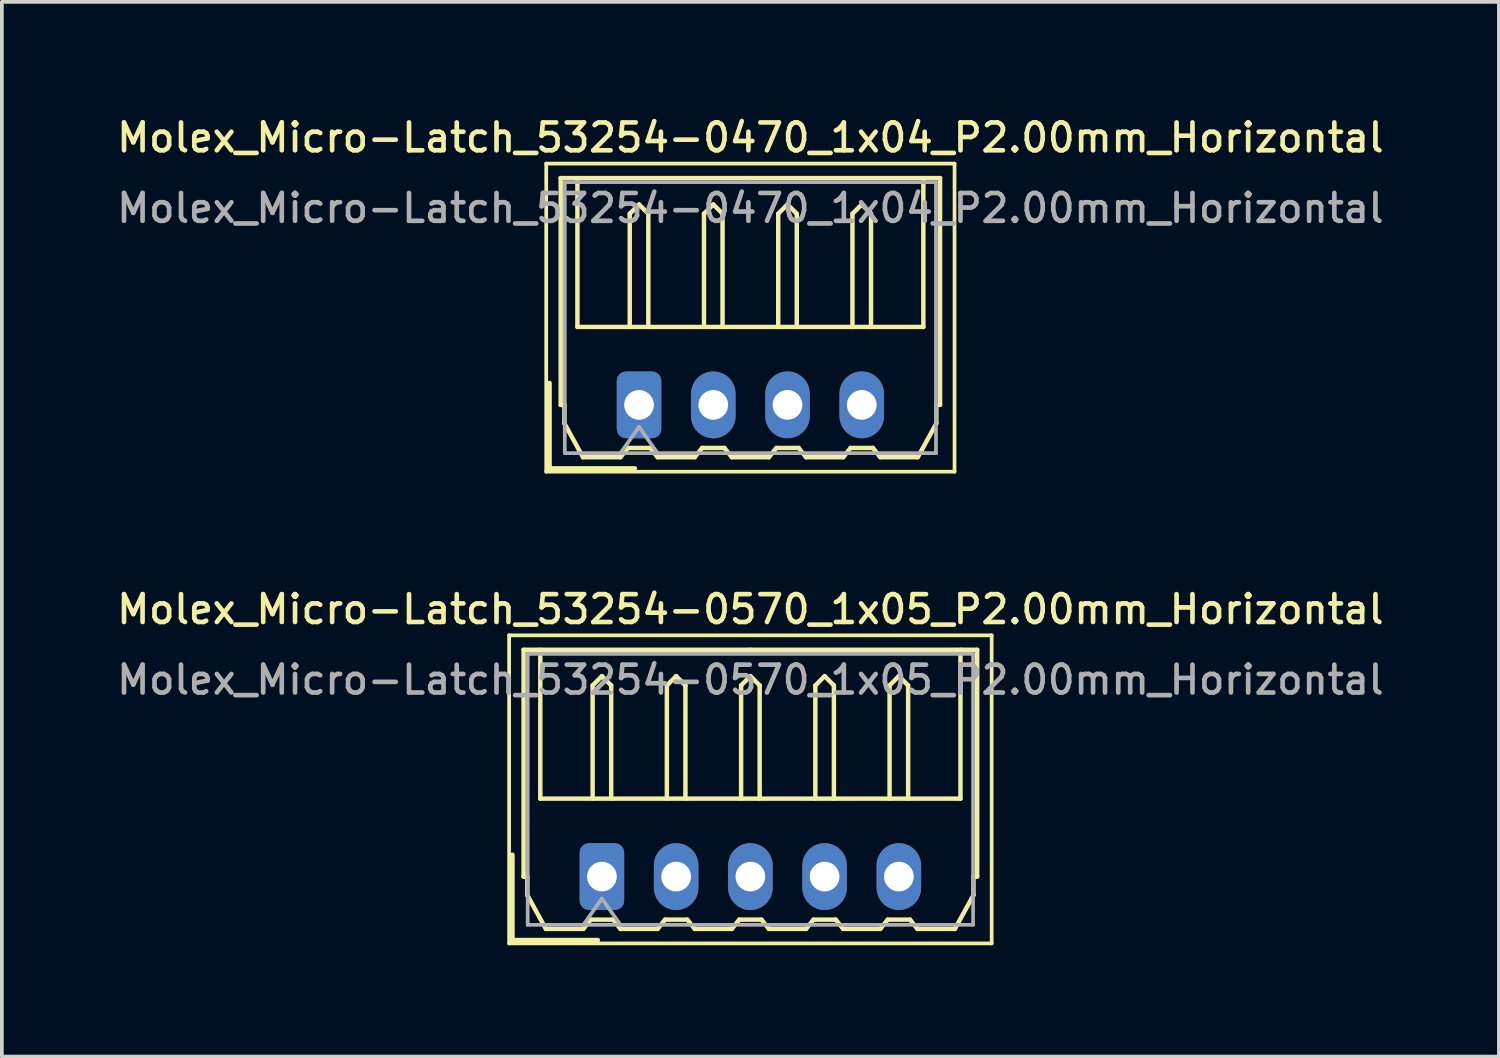
<source format=kicad_pcb>
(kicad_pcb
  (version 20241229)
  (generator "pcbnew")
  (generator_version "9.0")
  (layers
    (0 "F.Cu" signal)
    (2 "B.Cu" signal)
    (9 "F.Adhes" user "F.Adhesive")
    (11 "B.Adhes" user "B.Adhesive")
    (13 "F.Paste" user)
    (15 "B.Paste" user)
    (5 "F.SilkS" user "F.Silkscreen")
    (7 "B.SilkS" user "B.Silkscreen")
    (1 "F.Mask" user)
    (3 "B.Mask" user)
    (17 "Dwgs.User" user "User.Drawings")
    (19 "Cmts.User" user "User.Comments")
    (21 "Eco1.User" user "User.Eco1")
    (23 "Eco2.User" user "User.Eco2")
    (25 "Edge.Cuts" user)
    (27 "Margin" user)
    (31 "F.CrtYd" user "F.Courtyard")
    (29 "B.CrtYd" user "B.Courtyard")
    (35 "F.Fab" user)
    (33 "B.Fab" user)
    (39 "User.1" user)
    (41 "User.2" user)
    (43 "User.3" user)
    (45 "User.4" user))
  (footprint "Molex_Micro-Latch_53254-0570_1x05_P2.00mm_Horizontal"
    (layer "F.Cu")
    (at 13.166 20.566)
    (property "Reference" "Molex_Micro-Latch_53254-0570_1x05_P2.00mm_Horizontal" (at 4 -7.2 0) (layer "F.SilkS") (effects (font (size 0.75 0.75) (thickness 0.125))))
    (attr through_hole)
    (fp_line (start -2.5 -6.5) (end -2.5 1.8) (stroke (width 0.1) (type solid)) (layer "F.SilkS"))
    (fp_line (start -2.5 1.8) (end 10.5 1.8) (stroke (width 0.1) (type solid)) (layer "F.SilkS"))
    (fp_line (start -2.41 1.71) (end -2.41 -0.59) (stroke (width 0.12) (type solid)) (layer "F.SilkS"))
    (fp_line (start -2.11 -6.11) (end 4 -6.11) (stroke (width 0.12) (type solid)) (layer "F.SilkS"))
    (fp_line (start -2.11 0) (end -2.11 -6.11) (stroke (width 0.12) (type solid)) (layer "F.SilkS"))
    (fp_line (start -2.01 0) (end -2.11 0) (stroke (width 0.12) (type solid)) (layer "F.SilkS"))
    (fp_line (start -2.01 0.5) (end -2.01 0) (stroke (width 0.12) (type solid)) (layer "F.SilkS"))
    (fp_line (start -1.66 -6.11) (end -1.66 -2.1) (stroke (width 0.12) (type solid)) (layer "F.SilkS"))
    (fp_line (start -1.66 -2.1) (end 9.66 -2.1) (stroke (width 0.12) (type solid)) (layer "F.SilkS"))
    (fp_line (start -1.51 1.41) (end -2.01 0.5) (stroke (width 0.12) (type solid)) (layer "F.SilkS"))
    (fp_line (start -0.5 1.41) (end -1.51 1.41) (stroke (width 0.12) (type solid)) (layer "F.SilkS"))
    (fp_line (start -0.3 1.16) (end -0.5 1.41) (stroke (width 0.12) (type solid)) (layer "F.SilkS"))
    (fp_line (start -0.3 1.16) (end 0.3 1.16) (stroke (width 0.12) (type solid)) (layer "F.SilkS"))
    (fp_line (start -0.25 -5.15) (end 0 -5.4) (stroke (width 0.12) (type solid)) (layer "F.SilkS"))
    (fp_line (start -0.25 -2.1) (end -0.25 -5.15) (stroke (width 0.12) (type solid)) (layer "F.SilkS"))
    (fp_line (start -0.11 1.71) (end -2.41 1.71) (stroke (width 0.12) (type solid)) (layer "F.SilkS"))
    (fp_line (start 0 -5.4) (end 0.25 -5.15) (stroke (width 0.12) (type solid)) (layer "F.SilkS"))
    (fp_line (start 0.25 -5.15) (end 0.25 -2.1) (stroke (width 0.12) (type solid)) (layer "F.SilkS"))
    (fp_line (start 0.3 1.16) (end 0.5 1.41) (stroke (width 0.12) (type solid)) (layer "F.SilkS"))
    (fp_line (start 0.5 1.41) (end 1.5 1.41) (stroke (width 0.12) (type solid)) (layer "F.SilkS"))
    (fp_line (start 1.5 1.41) (end 1.7 1.16) (stroke (width 0.12) (type solid)) (layer "F.SilkS"))
    (fp_line (start 1.7 1.16) (end 2.3 1.16) (stroke (width 0.12) (type solid)) (layer "F.SilkS"))
    (fp_line (start 1.75 -5.15) (end 2 -5.4) (stroke (width 0.12) (type solid)) (layer "F.SilkS"))
    (fp_line (start 1.75 -2.1) (end 1.75 -5.15) (stroke (width 0.12) (type solid)) (layer "F.SilkS"))
    (fp_line (start 2 -5.4) (end 2.25 -5.15) (stroke (width 0.12) (type solid)) (layer "F.SilkS"))
    (fp_line (start 2.25 -5.15) (end 2.25 -2.1) (stroke (width 0.12) (type solid)) (layer "F.SilkS"))
    (fp_line (start 2.3 1.16) (end 2.5 1.41) (stroke (width 0.12) (type solid)) (layer "F.SilkS"))
    (fp_line (start 2.5 1.41) (end 3.5 1.41) (stroke (width 0.12) (type solid)) (layer "F.SilkS"))
    (fp_line (start 3.5 1.41) (end 3.7 1.16) (stroke (width 0.12) (type solid)) (layer "F.SilkS"))
    (fp_line (start 3.7 1.16) (end 4.3 1.16) (stroke (width 0.12) (type solid)) (layer "F.SilkS"))
    (fp_line (start 3.75 -5.15) (end 4 -5.4) (stroke (width 0.12) (type solid)) (layer "F.SilkS"))
    (fp_line (start 3.75 -2.1) (end 3.75 -5.15) (stroke (width 0.12) (type solid)) (layer "F.SilkS"))
    (fp_line (start 4 -5.4) (end 4.25 -5.15) (stroke (width 0.12) (type solid)) (layer "F.SilkS"))
    (fp_line (start 4.25 -5.15) (end 4.25 -2.1) (stroke (width 0.12) (type solid)) (layer "F.SilkS"))
    (fp_line (start 4.3 1.16) (end 4.5 1.41) (stroke (width 0.12) (type solid)) (layer "F.SilkS"))
    (fp_line (start 4.5 1.41) (end 5.5 1.41) (stroke (width 0.12) (type solid)) (layer "F.SilkS"))
    (fp_line (start 5.5 1.41) (end 5.7 1.16) (stroke (width 0.12) (type solid)) (layer "F.SilkS"))
    (fp_line (start 5.7 1.16) (end 6.3 1.16) (stroke (width 0.12) (type solid)) (layer "F.SilkS"))
    (fp_line (start 5.75 -5.15) (end 6 -5.4) (stroke (width 0.12) (type solid)) (layer "F.SilkS"))
    (fp_line (start 5.75 -2.1) (end 5.75 -5.15) (stroke (width 0.12) (type solid)) (layer "F.SilkS"))
    (fp_line (start 6 -5.4) (end 6.25 -5.15) (stroke (width 0.12) (type solid)) (layer "F.SilkS"))
    (fp_line (start 6.25 -5.15) (end 6.25 -2.1) (stroke (width 0.12) (type solid)) (layer "F.SilkS"))
    (fp_line (start 6.3 1.16) (end 6.5 1.41) (stroke (width 0.12) (type solid)) (layer "F.SilkS"))
    (fp_line (start 6.5 1.41) (end 7.5 1.41) (stroke (width 0.12) (type solid)) (layer "F.SilkS"))
    (fp_line (start 7.5 1.41) (end 7.7 1.16) (stroke (width 0.12) (type solid)) (layer "F.SilkS"))
    (fp_line (start 7.7 1.16) (end 8.3 1.16) (stroke (width 0.12) (type solid)) (layer "F.SilkS"))
    (fp_line (start 7.75 -5.15) (end 8 -5.4) (stroke (width 0.12) (type solid)) (layer "F.SilkS"))
    (fp_line (start 7.75 -2.1) (end 7.75 -5.15) (stroke (width 0.12) (type solid)) (layer "F.SilkS"))
    (fp_line (start 8 -5.4) (end 8.25 -5.15) (stroke (width 0.12) (type solid)) (layer "F.SilkS"))
    (fp_line (start 8.25 -5.15) (end 8.25 -2.1) (stroke (width 0.12) (type solid)) (layer "F.SilkS"))
    (fp_line (start 8.3 1.16) (end 8.5 1.41) (stroke (width 0.12) (type solid)) (layer "F.SilkS"))
    (fp_line (start 8.5 1.41) (end 9.51 1.41) (stroke (width 0.12) (type solid)) (layer "F.SilkS"))
    (fp_line (start 9.51 1.41) (end 10.01 0.5) (stroke (width 0.12) (type solid)) (layer "F.SilkS"))
    (fp_line (start 9.66 -2.1) (end 9.66 -6.11) (stroke (width 0.12) (type solid)) (layer "F.SilkS"))
    (fp_line (start 10.01 0) (end 10.11 0) (stroke (width 0.12) (type solid)) (layer "F.SilkS"))
    (fp_line (start 10.01 0.5) (end 10.01 0) (stroke (width 0.12) (type solid)) (layer "F.SilkS"))
    (fp_line (start 10.11 -6.11) (end 4 -6.11) (stroke (width 0.12) (type solid)) (layer "F.SilkS"))
    (fp_line (start 10.11 0) (end 10.11 -6.11) (stroke (width 0.12) (type solid)) (layer "F.SilkS"))
    (fp_line (start 10.5 -6.5) (end -2.5 -6.5) (stroke (width 0.1) (type solid)) (layer "F.SilkS"))
    (fp_line (start 10.5 1.8) (end 10.5 -6.5) (stroke (width 0.1) (type solid)) (layer "F.SilkS"))
    (fp_line (start -2 -6) (end -2 1.3) (stroke (width 0.1) (type solid)) (layer "F.Fab"))
    (fp_line (start -2 1.3) (end 10 1.3) (stroke (width 0.1) (type solid)) (layer "F.Fab"))
    (fp_line (start -0.5 1.3) (end 0 0.593) (stroke (width 0.1) (type solid)) (layer "F.Fab"))
    (fp_line (start 0 0.593) (end 0.5 1.3) (stroke (width 0.1) (type solid)) (layer "F.Fab"))
    (fp_line (start 10 -6) (end -2 -6) (stroke (width 0.1) (type solid)) (layer "F.Fab"))
    (fp_line (start 10 1.3) (end 10 -6) (stroke (width 0.1) (type solid)) (layer "F.Fab"))
    (fp_text user "${REFERENCE}" (at 4 -5.3 0) (layer "F.Fab") (effects (font (size 0.75 0.75) (thickness 0.125))))
    (pad "1" thru_hole roundrect (at 0 0) (size 1.2 1.8) (drill 0.8) (layers "*.Cu" "*.Mask") (roundrect_rratio 0.208))
    (pad "2" thru_hole oval (at 2 0) (size 1.2 1.8) (drill 0.8) (layers "*.Cu" "*.Mask"))
    (pad "3" thru_hole oval (at 4 0) (size 1.2 1.8) (drill 0.8) (layers "*.Cu" "*.Mask"))
    (pad "4" thru_hole oval (at 6 0) (size 1.2 1.8) (drill 0.8) (layers "*.Cu" "*.Mask"))
    (pad "5" thru_hole oval (at 8 0) (size 1.2 1.8) (drill 0.8) (layers "*.Cu" "*.Mask")))
  (footprint "Molex_Micro-Latch_53254-0470_1x04_P2.00mm_Horizontal"
    (layer "F.Cu")
    (at 14.166 7.858)
    (property "Reference" "Molex_Micro-Latch_53254-0470_1x04_P2.00mm_Horizontal" (at 3 -7.2 0) (layer "F.SilkS") (effects (font (size 0.75 0.75) (thickness 0.125))))
    (attr through_hole)
    (fp_line (start -2.5 -6.5) (end -2.5 1.8) (stroke (width 0.1) (type solid)) (layer "F.SilkS"))
    (fp_line (start -2.5 1.8) (end 8.5 1.8) (stroke (width 0.1) (type solid)) (layer "F.SilkS"))
    (fp_line (start -2.41 1.71) (end -2.41 -0.59) (stroke (width 0.12) (type solid)) (layer "F.SilkS"))
    (fp_line (start -2.11 -6.11) (end 3 -6.11) (stroke (width 0.12) (type solid)) (layer "F.SilkS"))
    (fp_line (start -2.11 0) (end -2.11 -6.11) (stroke (width 0.12) (type solid)) (layer "F.SilkS"))
    (fp_line (start -2.01 0) (end -2.11 0) (stroke (width 0.12) (type solid)) (layer "F.SilkS"))
    (fp_line (start -2.01 0.5) (end -2.01 0) (stroke (width 0.12) (type solid)) (layer "F.SilkS"))
    (fp_line (start -1.66 -6.11) (end -1.66 -2.1) (stroke (width 0.12) (type solid)) (layer "F.SilkS"))
    (fp_line (start -1.66 -2.1) (end 7.66 -2.1) (stroke (width 0.12) (type solid)) (layer "F.SilkS"))
    (fp_line (start -1.51 1.41) (end -2.01 0.5) (stroke (width 0.12) (type solid)) (layer "F.SilkS"))
    (fp_line (start -0.5 1.41) (end -1.51 1.41) (stroke (width 0.12) (type solid)) (layer "F.SilkS"))
    (fp_line (start -0.3 1.16) (end -0.5 1.41) (stroke (width 0.12) (type solid)) (layer "F.SilkS"))
    (fp_line (start -0.3 1.16) (end 0.3 1.16) (stroke (width 0.12) (type solid)) (layer "F.SilkS"))
    (fp_line (start -0.25 -5.15) (end 0 -5.4) (stroke (width 0.12) (type solid)) (layer "F.SilkS"))
    (fp_line (start -0.25 -2.1) (end -0.25 -5.15) (stroke (width 0.12) (type solid)) (layer "F.SilkS"))
    (fp_line (start -0.11 1.71) (end -2.41 1.71) (stroke (width 0.12) (type solid)) (layer "F.SilkS"))
    (fp_line (start 0 -5.4) (end 0.25 -5.15) (stroke (width 0.12) (type solid)) (layer "F.SilkS"))
    (fp_line (start 0.25 -5.15) (end 0.25 -2.1) (stroke (width 0.12) (type solid)) (layer "F.SilkS"))
    (fp_line (start 0.3 1.16) (end 0.5 1.41) (stroke (width 0.12) (type solid)) (layer "F.SilkS"))
    (fp_line (start 0.5 1.41) (end 1.5 1.41) (stroke (width 0.12) (type solid)) (layer "F.SilkS"))
    (fp_line (start 1.5 1.41) (end 1.7 1.16) (stroke (width 0.12) (type solid)) (layer "F.SilkS"))
    (fp_line (start 1.7 1.16) (end 2.3 1.16) (stroke (width 0.12) (type solid)) (layer "F.SilkS"))
    (fp_line (start 1.75 -5.15) (end 2 -5.4) (stroke (width 0.12) (type solid)) (layer "F.SilkS"))
    (fp_line (start 1.75 -2.1) (end 1.75 -5.15) (stroke (width 0.12) (type solid)) (layer "F.SilkS"))
    (fp_line (start 2 -5.4) (end 2.25 -5.15) (stroke (width 0.12) (type solid)) (layer "F.SilkS"))
    (fp_line (start 2.25 -5.15) (end 2.25 -2.1) (stroke (width 0.12) (type solid)) (layer "F.SilkS"))
    (fp_line (start 2.3 1.16) (end 2.5 1.41) (stroke (width 0.12) (type solid)) (layer "F.SilkS"))
    (fp_line (start 2.5 1.41) (end 3.5 1.41) (stroke (width 0.12) (type solid)) (layer "F.SilkS"))
    (fp_line (start 3.5 1.41) (end 3.7 1.16) (stroke (width 0.12) (type solid)) (layer "F.SilkS"))
    (fp_line (start 3.7 1.16) (end 4.3 1.16) (stroke (width 0.12) (type solid)) (layer "F.SilkS"))
    (fp_line (start 3.75 -5.15) (end 4 -5.4) (stroke (width 0.12) (type solid)) (layer "F.SilkS"))
    (fp_line (start 3.75 -2.1) (end 3.75 -5.15) (stroke (width 0.12) (type solid)) (layer "F.SilkS"))
    (fp_line (start 4 -5.4) (end 4.25 -5.15) (stroke (width 0.12) (type solid)) (layer "F.SilkS"))
    (fp_line (start 4.25 -5.15) (end 4.25 -2.1) (stroke (width 0.12) (type solid)) (layer "F.SilkS"))
    (fp_line (start 4.3 1.16) (end 4.5 1.41) (stroke (width 0.12) (type solid)) (layer "F.SilkS"))
    (fp_line (start 4.5 1.41) (end 5.5 1.41) (stroke (width 0.12) (type solid)) (layer "F.SilkS"))
    (fp_line (start 5.5 1.41) (end 5.7 1.16) (stroke (width 0.12) (type solid)) (layer "F.SilkS"))
    (fp_line (start 5.7 1.16) (end 6.3 1.16) (stroke (width 0.12) (type solid)) (layer "F.SilkS"))
    (fp_line (start 5.75 -5.15) (end 6 -5.4) (stroke (width 0.12) (type solid)) (layer "F.SilkS"))
    (fp_line (start 5.75 -2.1) (end 5.75 -5.15) (stroke (width 0.12) (type solid)) (layer "F.SilkS"))
    (fp_line (start 6 -5.4) (end 6.25 -5.15) (stroke (width 0.12) (type solid)) (layer "F.SilkS"))
    (fp_line (start 6.25 -5.15) (end 6.25 -2.1) (stroke (width 0.12) (type solid)) (layer "F.SilkS"))
    (fp_line (start 6.3 1.16) (end 6.5 1.41) (stroke (width 0.12) (type solid)) (layer "F.SilkS"))
    (fp_line (start 6.5 1.41) (end 7.51 1.41) (stroke (width 0.12) (type solid)) (layer "F.SilkS"))
    (fp_line (start 7.51 1.41) (end 8.01 0.5) (stroke (width 0.12) (type solid)) (layer "F.SilkS"))
    (fp_line (start 7.66 -2.1) (end 7.66 -6.11) (stroke (width 0.12) (type solid)) (layer "F.SilkS"))
    (fp_line (start 8.01 0) (end 8.11 0) (stroke (width 0.12) (type solid)) (layer "F.SilkS"))
    (fp_line (start 8.01 0.5) (end 8.01 0) (stroke (width 0.12) (type solid)) (layer "F.SilkS"))
    (fp_line (start 8.11 -6.11) (end 3 -6.11) (stroke (width 0.12) (type solid)) (layer "F.SilkS"))
    (fp_line (start 8.11 0) (end 8.11 -6.11) (stroke (width 0.12) (type solid)) (layer "F.SilkS"))
    (fp_line (start 8.5 -6.5) (end -2.5 -6.5) (stroke (width 0.1) (type solid)) (layer "F.SilkS"))
    (fp_line (start 8.5 1.8) (end 8.5 -6.5) (stroke (width 0.1) (type solid)) (layer "F.SilkS"))
    (fp_line (start -2 -6) (end -2 1.3) (stroke (width 0.1) (type solid)) (layer "F.Fab"))
    (fp_line (start -2 1.3) (end 8 1.3) (stroke (width 0.1) (type solid)) (layer "F.Fab"))
    (fp_line (start -0.5 1.3) (end 0 0.593) (stroke (width 0.1) (type solid)) (layer "F.Fab"))
    (fp_line (start 0 0.593) (end 0.5 1.3) (stroke (width 0.1) (type solid)) (layer "F.Fab"))
    (fp_line (start 8 -6) (end -2 -6) (stroke (width 0.1) (type solid)) (layer "F.Fab"))
    (fp_line (start 8 1.3) (end 8 -6) (stroke (width 0.1) (type solid)) (layer "F.Fab"))
    (fp_text user "${REFERENCE}" (at 3 -5.3 0) (layer "F.Fab") (effects (font (size 0.75 0.75) (thickness 0.125))))
    (pad "1" thru_hole roundrect (at 0 0) (size 1.2 1.8) (drill 0.8) (layers "*.Cu" "*.Mask") (roundrect_rratio 0.208))
    (pad "2" thru_hole oval (at 2 0) (size 1.2 1.8) (drill 0.8) (layers "*.Cu" "*.Mask"))
    (pad "3" thru_hole oval (at 4 0) (size 1.2 1.8) (drill 0.8) (layers "*.Cu" "*.Mask"))
    (pad "4" thru_hole oval (at 6 0) (size 1.2 1.8) (drill 0.8) (layers "*.Cu" "*.Mask")))
  (gr_rect
    (start -3 -3)
    (end 37.332 25.416)
    (stroke (width 0.1) (type default))
    (fill no)
    (layer "Edge.Cuts")))
</source>
